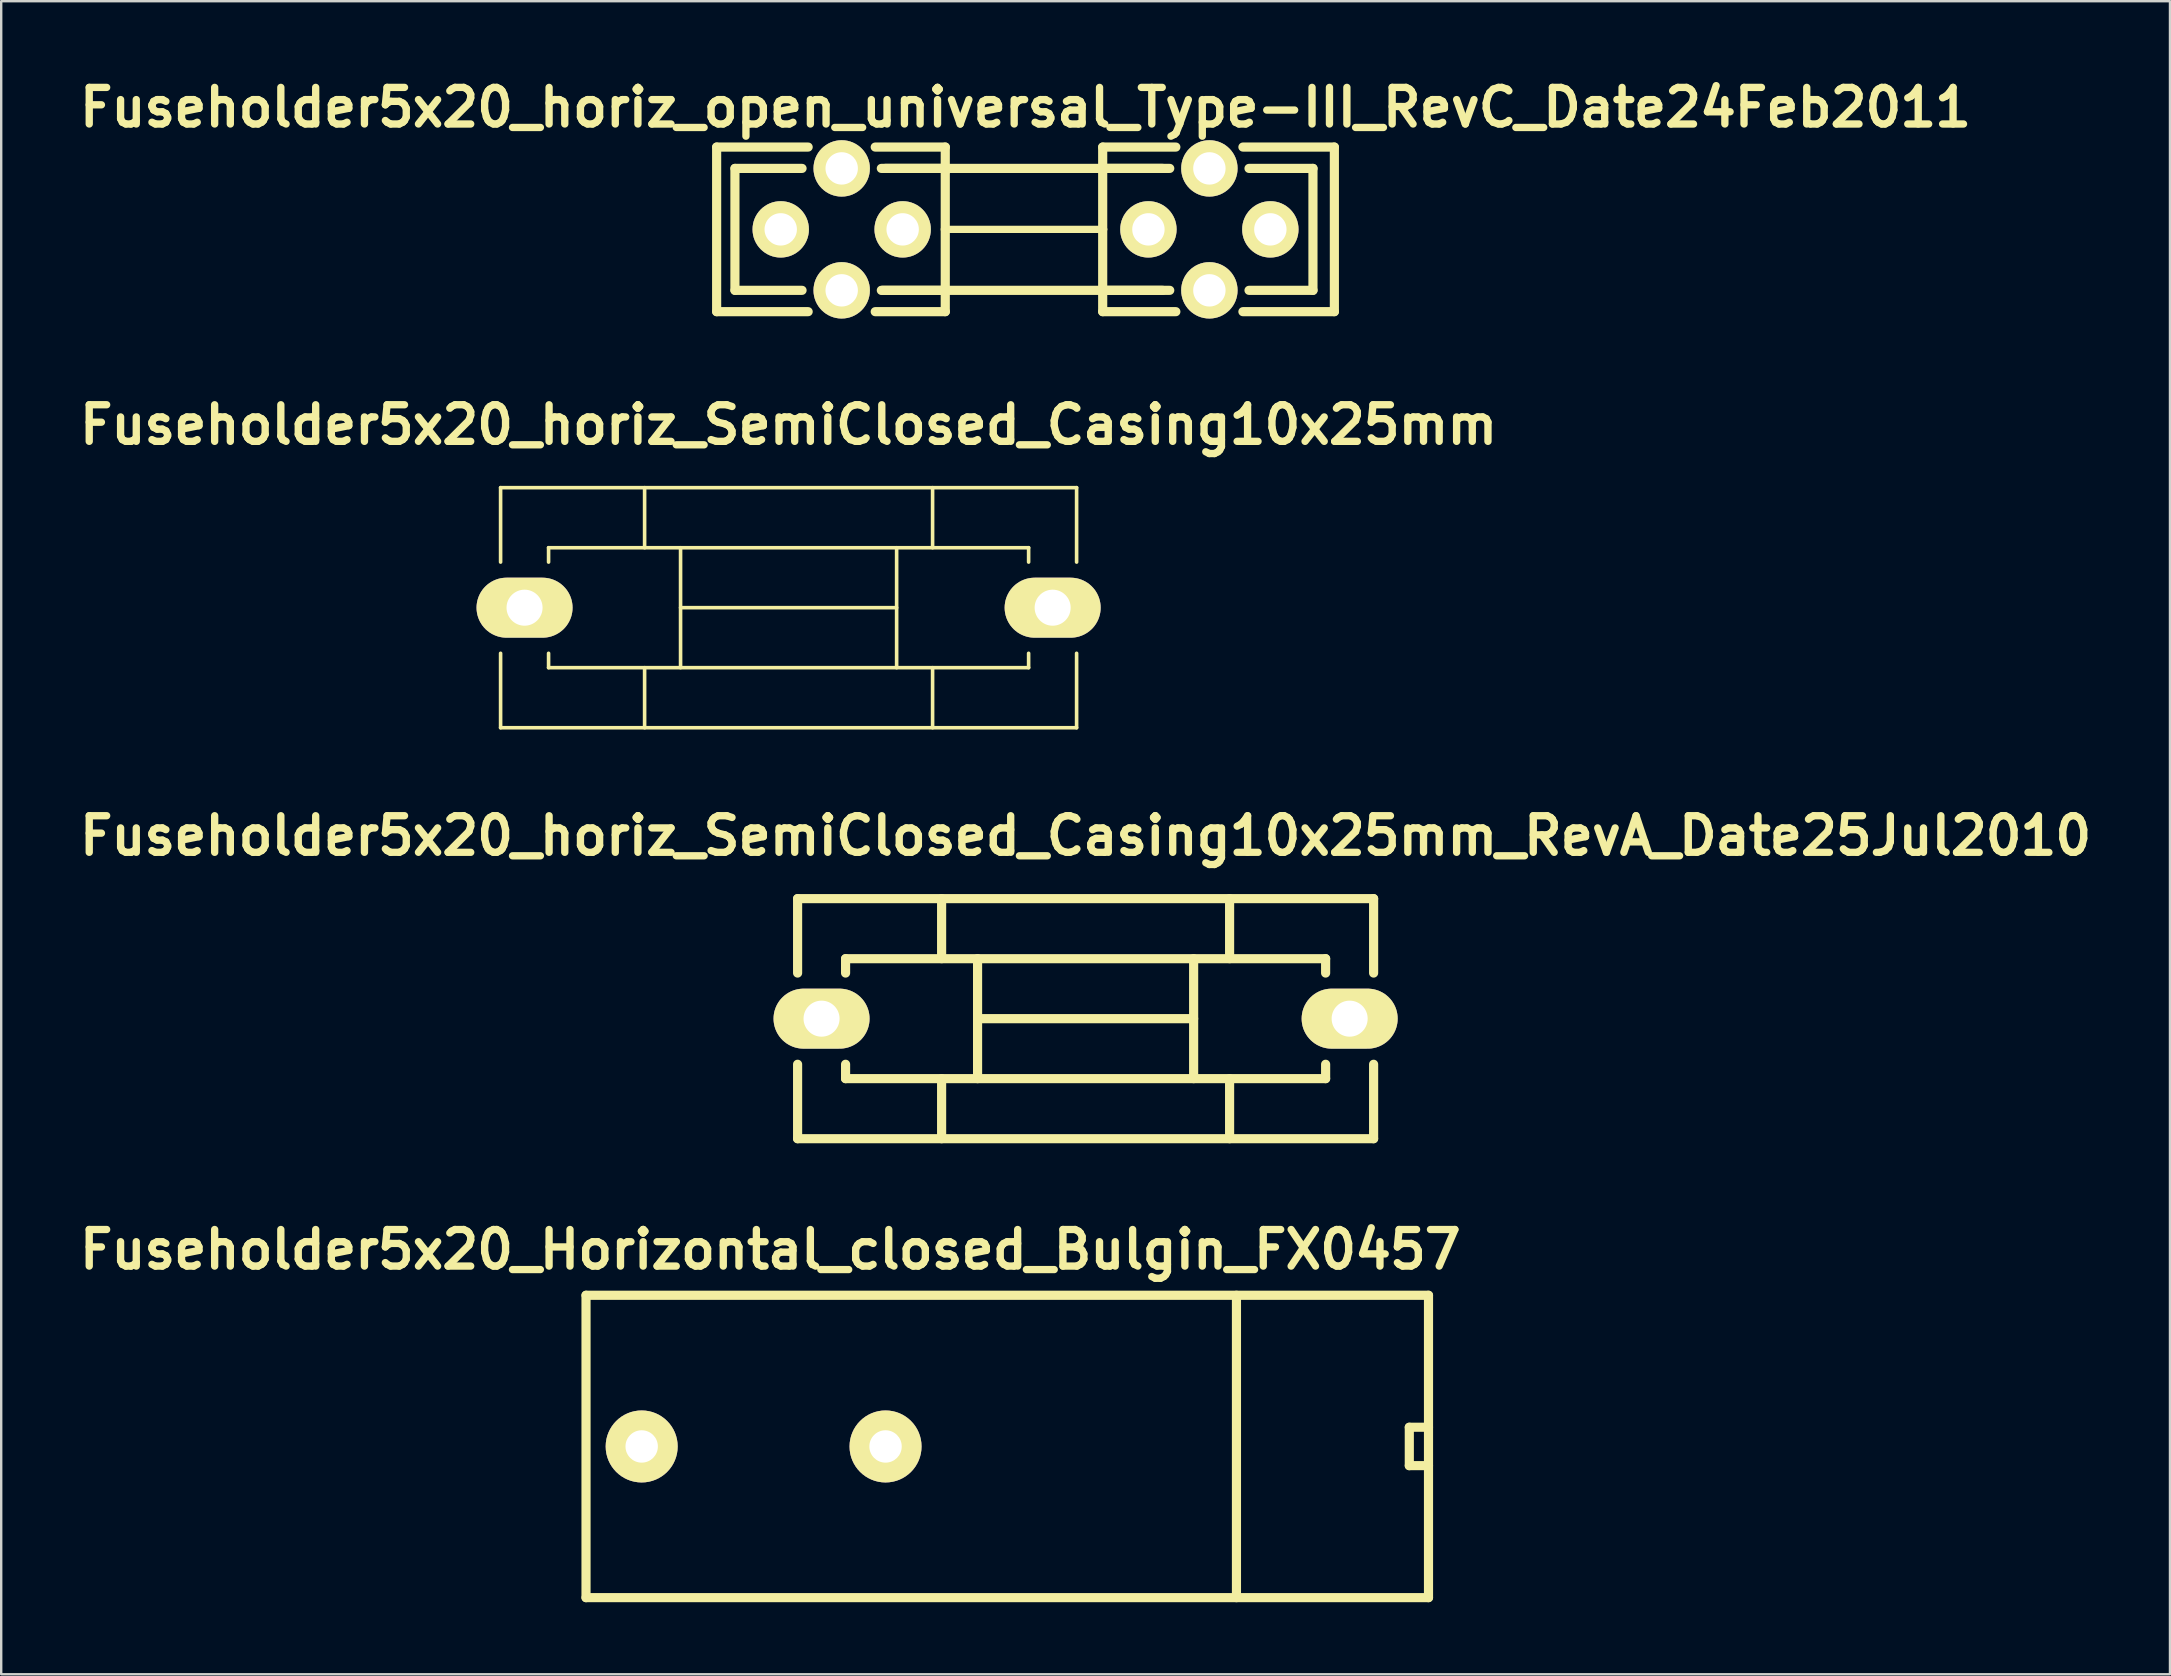
<source format=kicad_pcb>
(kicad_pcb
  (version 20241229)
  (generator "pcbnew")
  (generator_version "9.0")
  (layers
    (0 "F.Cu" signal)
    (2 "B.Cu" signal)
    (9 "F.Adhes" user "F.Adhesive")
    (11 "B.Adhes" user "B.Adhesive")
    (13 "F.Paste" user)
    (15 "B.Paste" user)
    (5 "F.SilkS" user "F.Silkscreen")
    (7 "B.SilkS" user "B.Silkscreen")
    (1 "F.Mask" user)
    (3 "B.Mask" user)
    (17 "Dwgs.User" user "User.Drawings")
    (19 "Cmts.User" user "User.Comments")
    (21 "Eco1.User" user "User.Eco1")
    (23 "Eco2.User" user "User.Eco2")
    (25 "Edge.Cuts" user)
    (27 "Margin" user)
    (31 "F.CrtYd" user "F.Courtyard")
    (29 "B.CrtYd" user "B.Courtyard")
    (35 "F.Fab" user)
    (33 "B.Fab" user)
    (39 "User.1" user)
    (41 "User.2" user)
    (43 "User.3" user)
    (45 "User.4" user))
  (footprint "Fuseholder5x20_horiz_SemiClosed_Casing10x25mm"
    (layer "F.Cu")
    (at 29.805 22.268)
    (property "Reference" "Fuseholder5x20_horiz_SemiClosed_Casing10x25mm" (at 0 -7.62 0) (layer "F.SilkS") (effects (font (size 1.524 1.524) (thickness 0.305))))
    (attr through_hole)
    (fp_line (start -11.999 -5.001) (end -11.999 -1.9) (stroke (width 0.15) (type solid)) (layer "F.SilkS"))
    (fp_line (start -11.999 1.9) (end -11.999 5.001) (stroke (width 0.15) (type solid)) (layer "F.SilkS"))
    (fp_line (start -11.999 5.001) (end 11.999 5.001) (stroke (width 0.15) (type solid)) (layer "F.SilkS"))
    (fp_line (start -10 -2.499) (end -10 -1.9) (stroke (width 0.15) (type solid)) (layer "F.SilkS"))
    (fp_line (start -10 1.9) (end -10 2.499) (stroke (width 0.15) (type solid)) (layer "F.SilkS"))
    (fp_line (start -10 2.499) (end 10 2.499) (stroke (width 0.15) (type solid)) (layer "F.SilkS"))
    (fp_line (start -5.999 -2.499) (end -5.999 -5.001) (stroke (width 0.15) (type solid)) (layer "F.SilkS"))
    (fp_line (start -5.999 5.001) (end -5.999 2.499) (stroke (width 0.15) (type solid)) (layer "F.SilkS"))
    (fp_line (start -4.501 -2.499) (end -4.501 2.499) (stroke (width 0.15) (type solid)) (layer "F.SilkS"))
    (fp_line (start -4.501 0) (end 4.501 0) (stroke (width 0.15) (type solid)) (layer "F.SilkS"))
    (fp_line (start 4.501 -2.499) (end 4.501 2.499) (stroke (width 0.15) (type solid)) (layer "F.SilkS"))
    (fp_line (start 5.999 -5.001) (end 5.999 -2.499) (stroke (width 0.15) (type solid)) (layer "F.SilkS"))
    (fp_line (start 5.999 5.001) (end 5.999 2.499) (stroke (width 0.15) (type solid)) (layer "F.SilkS"))
    (fp_line (start 10 -2.499) (end -10 -2.499) (stroke (width 0.15) (type solid)) (layer "F.SilkS"))
    (fp_line (start 10 -1.9) (end 10 -2.499) (stroke (width 0.15) (type solid)) (layer "F.SilkS"))
    (fp_line (start 10 2.499) (end 10 1.9) (stroke (width 0.15) (type solid)) (layer "F.SilkS"))
    (fp_line (start 11.999 -5.001) (end -11.999 -5.001) (stroke (width 0.15) (type solid)) (layer "F.SilkS"))
    (fp_line (start 11.999 -1.9) (end 11.999 -5.001) (stroke (width 0.15) (type solid)) (layer "F.SilkS"))
    (fp_line (start 11.999 5.001) (end 11.999 1.9) (stroke (width 0.15) (type solid)) (layer "F.SilkS"))
    (pad "1" thru_hole oval (at -11.001 0 270) (size 2.499 4) (drill 1.501) (layers "*.Cu" "*.Mask" "F.SilkS"))
    (pad "2" thru_hole oval (at 11.001 0 270) (size 2.499 4) (drill 1.501) (layers "*.Cu" "*.Mask" "F.SilkS")))
  (footprint "Fuseholder5x20_horiz_open_universal_Type-III_RevC_Date24Feb2011"
    (layer "F.Cu")
    (at 39.675 6.506)
    (property "Reference" "Fuseholder5x20_horiz_open_universal_Type-III_RevC_Date24Feb2011" (at 0 -5.08 0) (layer "F.SilkS") (effects (font (size 1.524 1.524) (thickness 0.305))))
    (attr through_hole)
    (fp_line (start -12.868 -3.429) (end -12.868 3.429) (stroke (width 0.381) (type solid)) (layer "F.SilkS"))
    (fp_line (start -12.865 -3.429) (end -9.055 -3.429) (stroke (width 0.381) (type solid)) (layer "F.SilkS"))
    (fp_line (start -12.865 3.429) (end -9.055 3.429) (stroke (width 0.381) (type solid)) (layer "F.SilkS"))
    (fp_line (start -12.106 -2.54) (end -12.106 2.54) (stroke (width 0.381) (type solid)) (layer "F.SilkS"))
    (fp_line (start -12.103 -2.54) (end -9.309 -2.54) (stroke (width 0.381) (type solid)) (layer "F.SilkS"))
    (fp_line (start -12.103 2.54) (end -9.309 2.54) (stroke (width 0.381) (type solid)) (layer "F.SilkS"))
    (fp_line (start -5.842 -2.54) (end 5.715 -2.54) (stroke (width 0.381) (type solid)) (layer "F.SilkS"))
    (fp_line (start -3.343 -3.429) (end -3.343 -2.413) (stroke (width 0.381) (type solid)) (layer "F.SilkS"))
    (fp_line (start -3.343 0) (end -3.343 -2.54) (stroke (width 0.381) (type solid)) (layer "F.SilkS"))
    (fp_line (start -3.343 2.54) (end -3.343 0) (stroke (width 0.381) (type solid)) (layer "F.SilkS"))
    (fp_line (start -3.343 3.429) (end -3.343 2.54) (stroke (width 0.381) (type solid)) (layer "F.SilkS"))
    (fp_line (start -3.34 -3.429) (end -6.261 -3.429) (stroke (width 0.381) (type solid)) (layer "F.SilkS"))
    (fp_line (start -3.34 -2.54) (end -6.007 -2.54) (stroke (width 0.381) (type solid)) (layer "F.SilkS"))
    (fp_line (start -3.34 2.54) (end -6.007 2.54) (stroke (width 0.381) (type solid)) (layer "F.SilkS"))
    (fp_line (start -3.34 3.429) (end -6.261 3.429) (stroke (width 0.381) (type solid)) (layer "F.SilkS"))
    (fp_line (start -3.251 0) (end 3.251 0) (stroke (width 0.305) (type solid)) (layer "F.SilkS"))
    (fp_line (start 3.216 -3.429) (end 3.216 -2.54) (stroke (width 0.381) (type solid)) (layer "F.SilkS"))
    (fp_line (start 3.216 -3.429) (end 6.264 -3.429) (stroke (width 0.381) (type solid)) (layer "F.SilkS"))
    (fp_line (start 3.216 -2.54) (end 6.01 -2.54) (stroke (width 0.381) (type solid)) (layer "F.SilkS"))
    (fp_line (start 3.216 0) (end 3.216 -2.54) (stroke (width 0.381) (type solid)) (layer "F.SilkS"))
    (fp_line (start 3.216 2.54) (end 3.216 0) (stroke (width 0.381) (type solid)) (layer "F.SilkS"))
    (fp_line (start 3.216 2.54) (end 6.01 2.54) (stroke (width 0.381) (type solid)) (layer "F.SilkS"))
    (fp_line (start 3.216 3.429) (end 3.216 2.54) (stroke (width 0.381) (type solid)) (layer "F.SilkS"))
    (fp_line (start 3.216 3.429) (end 6.264 3.429) (stroke (width 0.381) (type solid)) (layer "F.SilkS"))
    (fp_line (start 5.715 2.54) (end -5.969 2.54) (stroke (width 0.381) (type solid)) (layer "F.SilkS"))
    (fp_line (start 11.976 -2.54) (end 11.976 2.54) (stroke (width 0.381) (type solid)) (layer "F.SilkS"))
    (fp_line (start 11.979 -2.54) (end 9.312 -2.54) (stroke (width 0.381) (type solid)) (layer "F.SilkS"))
    (fp_line (start 11.979 2.54) (end 9.312 2.54) (stroke (width 0.381) (type solid)) (layer "F.SilkS"))
    (fp_line (start 12.868 -3.429) (end 9.058 -3.429) (stroke (width 0.381) (type solid)) (layer "F.SilkS"))
    (fp_line (start 12.868 -3.429) (end 12.868 3.429) (stroke (width 0.381) (type solid)) (layer "F.SilkS"))
    (fp_line (start 12.868 3.429) (end 9.058 3.429) (stroke (width 0.381) (type solid)) (layer "F.SilkS"))
    (pad "1" thru_hole circle (at -10.198 0) (size 2.349 2.349) (drill 1.349) (layers "*.Cu" "*.Mask" "F.SilkS"))
    (pad "1" thru_hole circle (at -7.658 -2.54) (size 2.349 2.349) (drill 1.349) (layers "*.Cu" "*.Mask" "F.SilkS"))
    (pad "1" thru_hole circle (at -7.658 2.54) (size 2.349 2.349) (drill 1.349) (layers "*.Cu" "*.Mask" "F.SilkS"))
    (pad "1" thru_hole circle (at -5.118 0) (size 2.349 2.349) (drill 1.349) (layers "*.Cu" "*.Mask" "F.SilkS"))
    (pad "2" thru_hole circle (at 5.121 0) (size 2.349 2.349) (drill 1.349) (layers "*.Cu" "*.Mask" "F.SilkS"))
    (pad "2" thru_hole circle (at 7.661 -2.54) (size 2.349 2.349) (drill 1.349) (layers "*.Cu" "*.Mask" "F.SilkS"))
    (pad "2" thru_hole circle (at 7.661 2.54) (size 2.349 2.349) (drill 1.349) (layers "*.Cu" "*.Mask" "F.SilkS"))
    (pad "2" thru_hole circle (at 10.201 0) (size 2.349 2.349) (drill 1.349) (layers "*.Cu" "*.Mask" "F.SilkS")))
  (footprint "Fuseholder5x20_horiz_SemiClosed_Casing10x25mm_RevA_Date25Jul2010"
    (layer "F.Cu")
    (at 42.179 39.39)
    (property "Reference" "Fuseholder5x20_horiz_SemiClosed_Casing10x25mm_RevA_Date25Jul2010" (at 0 -7.62 0) (layer "F.SilkS") (effects (font (size 1.524 1.524) (thickness 0.305))))
    (attr through_hole)
    (fp_line (start -11.999 -5.001) (end -11.999 -1.9) (stroke (width 0.381) (type solid)) (layer "F.SilkS"))
    (fp_line (start -11.999 1.9) (end -11.999 5.001) (stroke (width 0.381) (type solid)) (layer "F.SilkS"))
    (fp_line (start -11.999 5.001) (end 11.999 5.001) (stroke (width 0.381) (type solid)) (layer "F.SilkS"))
    (fp_line (start -10 -2.499) (end -10 -1.9) (stroke (width 0.381) (type solid)) (layer "F.SilkS"))
    (fp_line (start -10 1.9) (end -10 2.499) (stroke (width 0.381) (type solid)) (layer "F.SilkS"))
    (fp_line (start -10 2.499) (end 10 2.499) (stroke (width 0.381) (type solid)) (layer "F.SilkS"))
    (fp_line (start -5.999 -2.499) (end -5.999 -5.001) (stroke (width 0.381) (type solid)) (layer "F.SilkS"))
    (fp_line (start -5.999 5.001) (end -5.999 2.499) (stroke (width 0.381) (type solid)) (layer "F.SilkS"))
    (fp_line (start -4.501 -2.499) (end -4.501 2.499) (stroke (width 0.381) (type solid)) (layer "F.SilkS"))
    (fp_line (start -4.501 0) (end 4.501 0) (stroke (width 0.381) (type solid)) (layer "F.SilkS"))
    (fp_line (start 4.501 -2.499) (end 4.501 2.499) (stroke (width 0.381) (type solid)) (layer "F.SilkS"))
    (fp_line (start 5.999 -5.001) (end 5.999 -2.499) (stroke (width 0.381) (type solid)) (layer "F.SilkS"))
    (fp_line (start 5.999 5.001) (end 5.999 2.499) (stroke (width 0.381) (type solid)) (layer "F.SilkS"))
    (fp_line (start 10 -2.499) (end -10 -2.499) (stroke (width 0.381) (type solid)) (layer "F.SilkS"))
    (fp_line (start 10 -1.9) (end 10 -2.499) (stroke (width 0.381) (type solid)) (layer "F.SilkS"))
    (fp_line (start 10 2.499) (end 10 1.9) (stroke (width 0.381) (type solid)) (layer "F.SilkS"))
    (fp_line (start 11.999 -5.001) (end -11.999 -5.001) (stroke (width 0.381) (type solid)) (layer "F.SilkS"))
    (fp_line (start 11.999 -1.9) (end 11.999 -5.001) (stroke (width 0.381) (type solid)) (layer "F.SilkS"))
    (fp_line (start 11.999 5.001) (end 11.999 1.9) (stroke (width 0.381) (type solid)) (layer "F.SilkS"))
    (pad "1" thru_hole oval (at -11.001 0 270) (size 2.499 4) (drill 1.501) (layers "*.Cu" "*.Mask" "F.SilkS"))
    (pad "2" thru_hole oval (at 11.001 0 270) (size 2.499 4) (drill 1.501) (layers "*.Cu" "*.Mask" "F.SilkS")))
  (footprint "Fuseholder5x20_Horizontal_closed_Bulgin_FX0457"
    (layer "F.Cu")
    (at 28.764 57.213)
    (property "Reference" "Fuseholder5x20_Horizontal_closed_Bulgin_FX0457" (at 0.279 -8.204 0) (layer "F.SilkS") (effects (font (size 1.524 1.524) (thickness 0.305))))
    (attr through_hole)
    (fp_line (start -7.399 6.299) (end -7.399 -6.299) (stroke (width 0.381) (type solid)) (layer "F.SilkS"))
    (fp_line (start -7.399 6.299) (end 27.701 6.299) (stroke (width 0.381) (type solid)) (layer "F.SilkS"))
    (fp_line (start 19.7 6.299) (end 19.7 -6.299) (stroke (width 0.381) (type solid)) (layer "F.SilkS"))
    (fp_line (start 26.901 -0.8) (end 26.901 0.8) (stroke (width 0.381) (type solid)) (layer "F.SilkS"))
    (fp_line (start 26.901 0.8) (end 27.701 0.8) (stroke (width 0.381) (type solid)) (layer "F.SilkS"))
    (fp_line (start 27.701 -6.299) (end -7.399 -6.299) (stroke (width 0.381) (type solid)) (layer "F.SilkS"))
    (fp_line (start 27.701 -0.8) (end 26.901 -0.8) (stroke (width 0.381) (type solid)) (layer "F.SilkS"))
    (fp_line (start 27.701 6.299) (end 27.701 -6.299) (stroke (width 0.381) (type solid)) (layer "F.SilkS"))
    (pad "1" thru_hole circle (at -5.08 0) (size 3 3) (drill 1.349) (layers "*.Cu" "*.Mask" "F.SilkS"))
    (pad "2" thru_hole circle (at 5.08 0) (size 3 3) (drill 1.349) (layers "*.Cu" "*.Mask" "F.SilkS")))
  (gr_rect
    (start -3 -3)
    (end 87.357 66.703)
    (stroke (width 0.1) (type default))
    (fill no)
    (layer "Edge.Cuts")))
</source>
